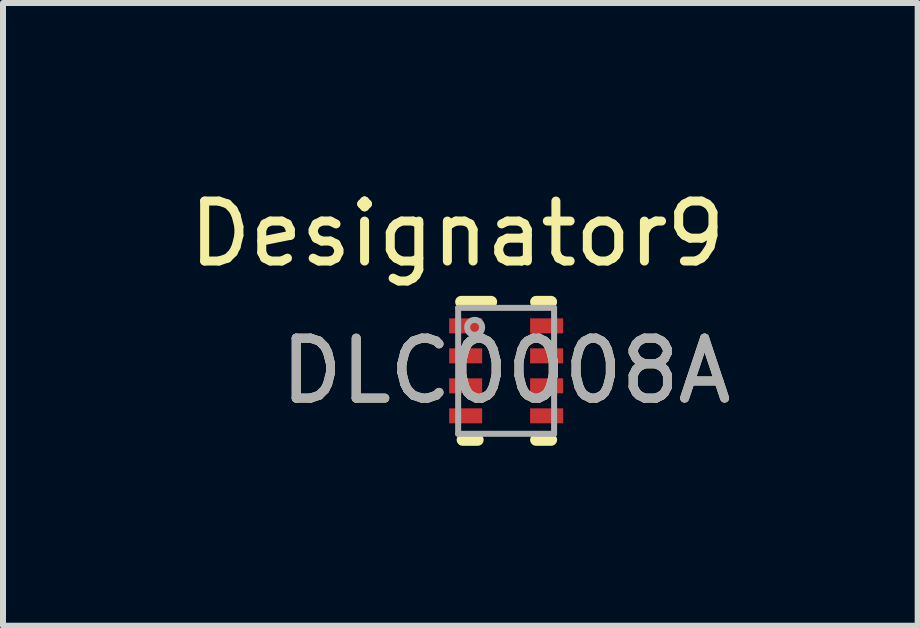
<source format=kicad_pcb>
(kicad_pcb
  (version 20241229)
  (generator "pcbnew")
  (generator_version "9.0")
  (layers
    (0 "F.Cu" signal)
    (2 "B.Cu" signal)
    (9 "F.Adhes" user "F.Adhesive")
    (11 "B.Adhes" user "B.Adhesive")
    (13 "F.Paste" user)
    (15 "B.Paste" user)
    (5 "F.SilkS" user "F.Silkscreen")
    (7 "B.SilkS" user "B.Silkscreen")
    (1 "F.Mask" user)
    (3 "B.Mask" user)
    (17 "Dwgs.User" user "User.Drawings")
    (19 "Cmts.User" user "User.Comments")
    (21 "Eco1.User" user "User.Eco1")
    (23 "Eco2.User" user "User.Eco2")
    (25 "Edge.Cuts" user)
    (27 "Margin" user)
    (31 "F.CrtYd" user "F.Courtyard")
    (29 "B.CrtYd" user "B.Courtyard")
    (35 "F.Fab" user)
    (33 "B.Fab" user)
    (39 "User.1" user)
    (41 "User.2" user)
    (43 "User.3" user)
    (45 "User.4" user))
  (footprint "DLC0008A"
    (layer "F.Cu")
    (at 5.39 3.134)
    (property "Reference" "DLC0008A" (at 0 0 0) (unlocked yes) (layer "F.SilkS") (effects (font (size 1 1) (thickness 0.15))))
    (attr smd)
    (fp_line (start -0.75 -1.15) (end -0.25 -1.15) (stroke (width 0.2) (type solid)) (layer "F.SilkS"))
    (fp_line (start -0.725 1.15) (end -0.475 1.15) (stroke (width 0.2) (type solid)) (layer "F.SilkS"))
    (fp_line (start 0.5 -1.15) (end 0.75 -1.15) (stroke (width 0.2) (type solid)) (layer "F.SilkS"))
    (fp_line (start 0.5 1.15) (end 0.75 1.15) (stroke (width 0.2) (type solid)) (layer "F.SilkS"))
    (fp_line (start -0.8 -1.05) (end 0.8 -1.05) (stroke (width 0.1) (type solid)) (layer "F.Fab"))
    (fp_line (start -0.8 1.05) (end -0.8 -1.05) (stroke (width 0.1) (type solid)) (layer "F.Fab"))
    (fp_line (start -0.8 1.05) (end 0.8 1.05) (stroke (width 0.1) (type solid)) (layer "F.Fab"))
    (fp_line (start 0.8 1.05) (end 0.8 -1.05) (stroke (width 0.1) (type solid)) (layer "F.Fab"))
    (fp_circle (center -0.525 -0.725) (end -0.4 -0.725) (stroke (width 0.1) (type solid)) (fill no) (layer "F.Fab"))
    (fp_text user "Designator9" (at -0.813 -2.286 0) (unlocked yes) (layer "F.SilkS") (effects (font (size 1 1) (thickness 0.15))))
    (fp_text user "${REFERENCE}" (at 0 0 0) (unlocked yes) (layer "F.Fab") (effects (font (size 1 1) (thickness 0.15))))
    (pad "1" smd rect (at -0.675 -0.75) (size 0.55 0.25) (layers "F.Cu" "F.Mask" "F.Paste"))
    (pad "2" smd rect (at -0.675 -0.25) (size 0.55 0.25) (layers "F.Cu" "F.Mask" "F.Paste"))
    (pad "3" smd rect (at -0.675 0.25) (size 0.55 0.25) (layers "F.Cu" "F.Mask" "F.Paste"))
    (pad "4" smd rect (at -0.675 0.75) (size 0.55 0.25) (layers "F.Cu" "F.Mask" "F.Paste"))
    (pad "5" smd rect (at 0.675 0.75) (size 0.55 0.25) (layers "F.Cu" "F.Mask" "F.Paste"))
    (pad "6" smd rect (at 0.675 0.25) (size 0.55 0.25) (layers "F.Cu" "F.Mask" "F.Paste"))
    (pad "7" smd rect (at 0.675 -0.25) (size 0.55 0.25) (layers "F.Cu" "F.Mask" "F.Paste"))
    (pad "8" smd rect (at 0.675 -0.75) (size 0.55 0.25) (layers "F.Cu" "F.Mask" "F.Paste")))
  (gr_rect
    (start -3 -3)
    (end 12.253 7.384)
    (stroke (width 0.1) (type default))
    (fill no)
    (layer "Edge.Cuts")))
</source>
